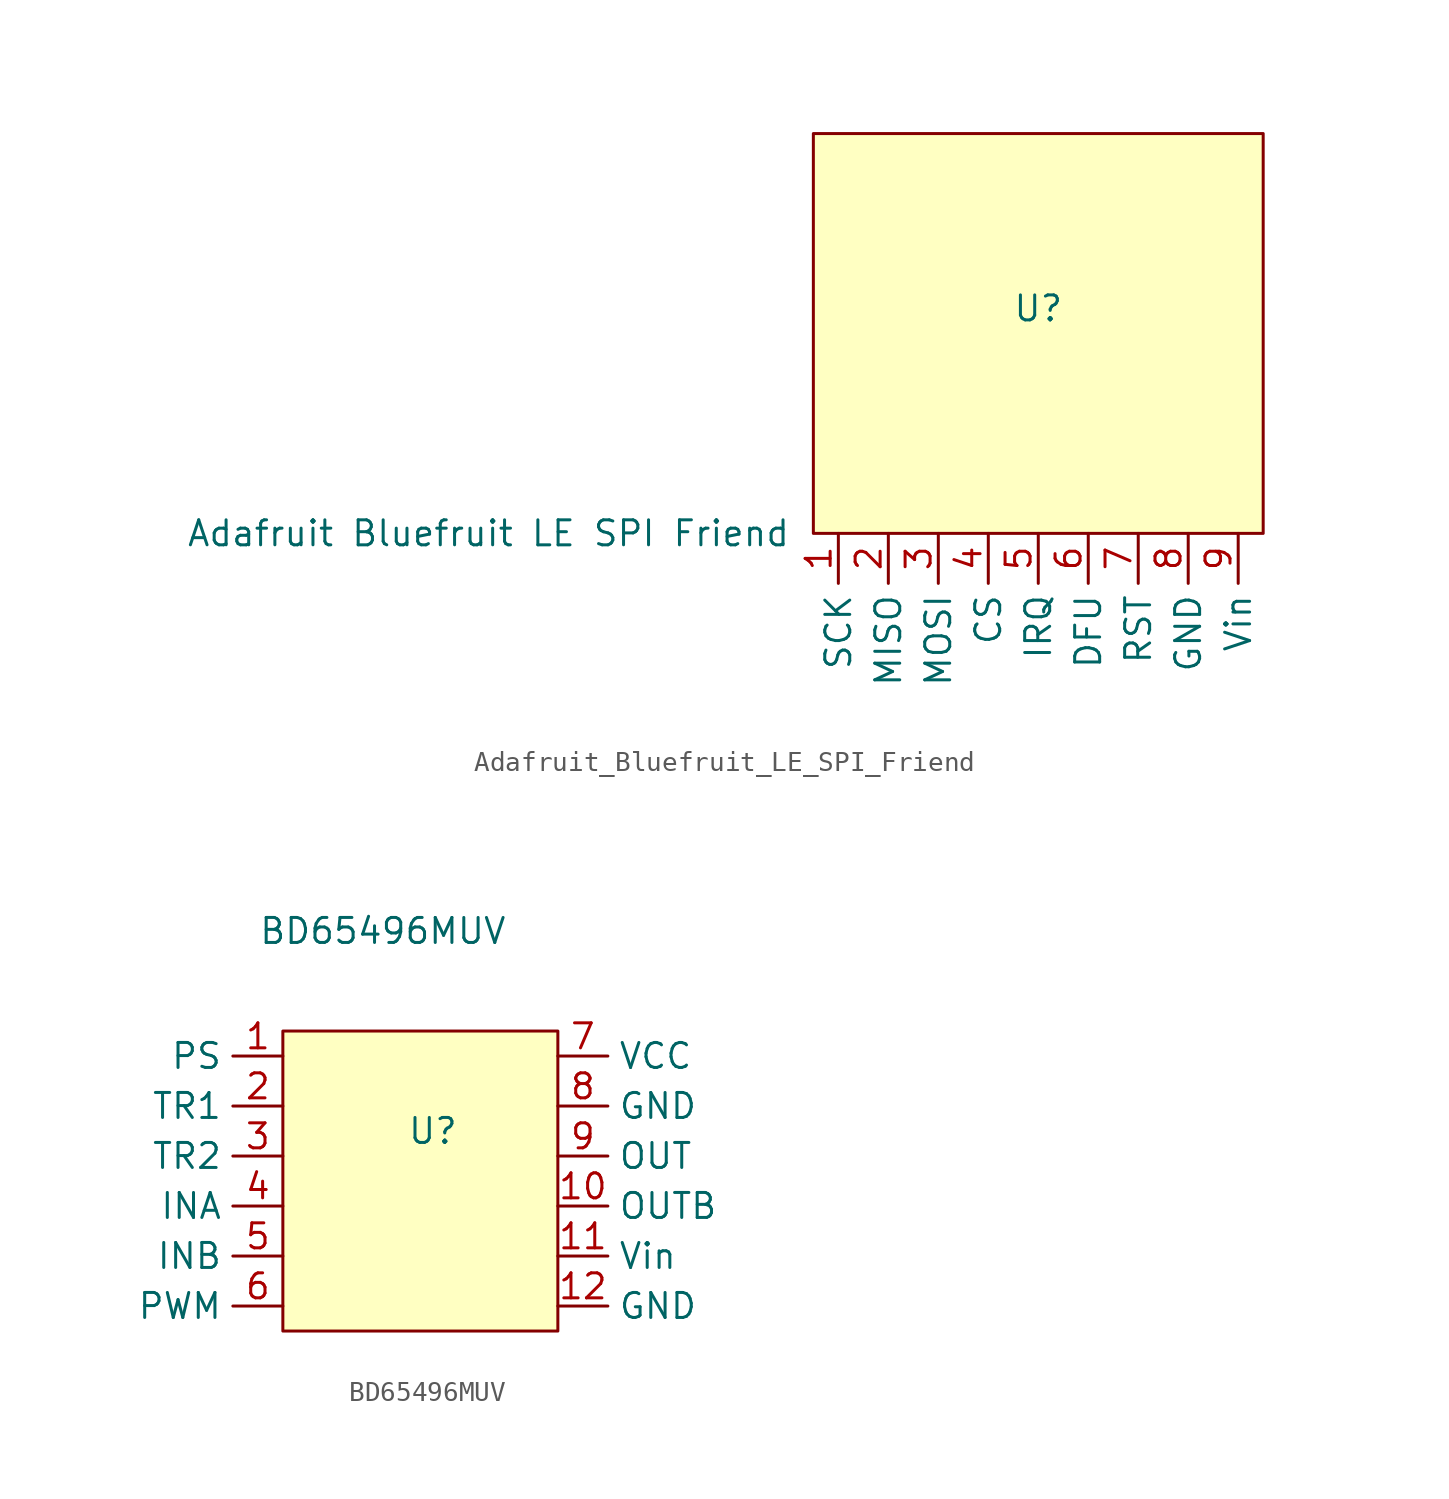
<source format=kicad_sym>
(kicad_symbol_lib
  (version 20220914)
  (generator kicad_symbol_editor)
  (symbol "Adafruit_Bluefruit_LE_SPI_Friend"
    (property "Reference" "U"
      (at 11.43 11.43 0)
      (effects (font (size 1.27 1.27))))
    (property "Value" "Adafruit Bluefruit LE SPI Friend"
      (at -16.51 0 0)
      (effects (font (size 1.27 1.27))))
    (symbol "Adafruit_Bluefruit_LE_SPI_Friend_1_1"
      (rectangle (start 0 20.32) (end 22.86 0) (stroke (width 0) (type default)) (fill (type background)))
      (pin bidirectional line (at 1.27 0 270) (length 2.54) (name "SCK" (effects (font (size 1.27 1.27)))) (number "1" (effects (font (size 1.27 1.27)))))
      (pin input line (at 3.81 0 270) (length 2.54) (name "MISO" (effects (font (size 1.27 1.27)))) (number "2" (effects (font (size 1.27 1.27)))))
      (pin output line (at 6.35 0 270) (length 2.54) (name "MOSI" (effects (font (size 1.27 1.27)))) (number "3" (effects (font (size 1.27 1.27)))))
      (pin bidirectional line (at 8.89 0 270) (length 2.54) (name "CS" (effects (font (size 1.27 1.27)))) (number "4" (effects (font (size 1.27 1.27)))))
      (pin bidirectional line (at 11.43 0 270) (length 2.54) (name "IRQ" (effects (font (size 1.27 1.27)))) (number "5" (effects (font (size 1.27 1.27)))))
      (pin bidirectional line (at 13.97 0 270) (length 2.54) (name "DFU" (effects (font (size 1.27 1.27)))) (number "6" (effects (font (size 1.27 1.27)))))
      (pin bidirectional line (at 16.51 0 270) (length 2.54) (name "RST" (effects (font (size 1.27 1.27)))) (number "7" (effects (font (size 1.27 1.27)))))
      (pin power_in line (at 19.05 0 270) (length 2.54) (name "GND" (effects (font (size 1.27 1.27)))) (number "8" (effects (font (size 1.27 1.27)))))
      (pin bidirectional line (at 21.59 0 270) (length 2.54) (name "Vin" (effects (font (size 1.27 1.27)))) (number "9" (effects (font (size 1.27 1.27)))))))
  (symbol "BD65496MUV"
    (property "Reference" "U"
      (at 5.08 -2.54 0)
      (effects (font (size 1.27 1.27))))
    (property "Value" "BD65496MUV"
      (at 2.54 7.62 0)
      (effects (font (size 1.27 1.27))))
    (symbol "BD65496MUV_1_1"
      (rectangle (start -2.54 2.54) (end 11.43 -12.7) (stroke (width 0) (type default)) (fill (type background)))
      (pin bidirectional line (at -2.54 1.27 180) (length 2.54) (name "PS" (effects (font (size 1.27 1.27)))) (number "1" (effects (font (size 1.27 1.27)))))
      (pin bidirectional line (at 11.43 -6.35 0) (length 2.54) (name "OUTB" (effects (font (size 1.27 1.27)))) (number "10" (effects (font (size 1.27 1.27)))))
      (pin power_in line (at 11.43 -8.89 0) (length 2.54) (name "Vin" (effects (font (size 1.27 1.27)))) (number "11" (effects (font (size 1.27 1.27)))))
      (pin power_in line (at 11.43 -11.43 0) (length 2.54) (name "GND" (effects (font (size 1.27 1.27)))) (number "12" (effects (font (size 1.27 1.27)))))
      (pin bidirectional line (at -2.54 -1.27 180) (length 2.54) (name "TR1" (effects (font (size 1.27 1.27)))) (number "2" (effects (font (size 1.27 1.27)))))
      (pin bidirectional line (at -2.54 -3.81 180) (length 2.54) (name "TR2" (effects (font (size 1.27 1.27)))) (number "3" (effects (font (size 1.27 1.27)))))
      (pin bidirectional line (at -2.54 -6.35 180) (length 2.54) (name "INA" (effects (font (size 1.27 1.27)))) (number "4" (effects (font (size 1.27 1.27)))))
      (pin bidirectional line (at -2.54 -8.89 180) (length 2.54) (name "INB" (effects (font (size 1.27 1.27)))) (number "5" (effects (font (size 1.27 1.27)))))
      (pin bidirectional line (at -2.54 -11.43 180) (length 2.54) (name "PWM" (effects (font (size 1.27 1.27)))) (number "6" (effects (font (size 1.27 1.27)))))
      (pin bidirectional line (at 11.43 1.27 0) (length 2.54) (name "VCC" (effects (font (size 1.27 1.27)))) (number "7" (effects (font (size 1.27 1.27)))))
      (pin power_in line (at 11.43 -1.27 0) (length 2.54) (name "GND" (effects (font (size 1.27 1.27)))) (number "8" (effects (font (size 1.27 1.27)))))
      (pin bidirectional line (at 11.43 -3.81 0) (length 2.54) (name "OUT" (effects (font (size 1.27 1.27)))) (number "9" (effects (font (size 1.27 1.27))))))))
</source>
